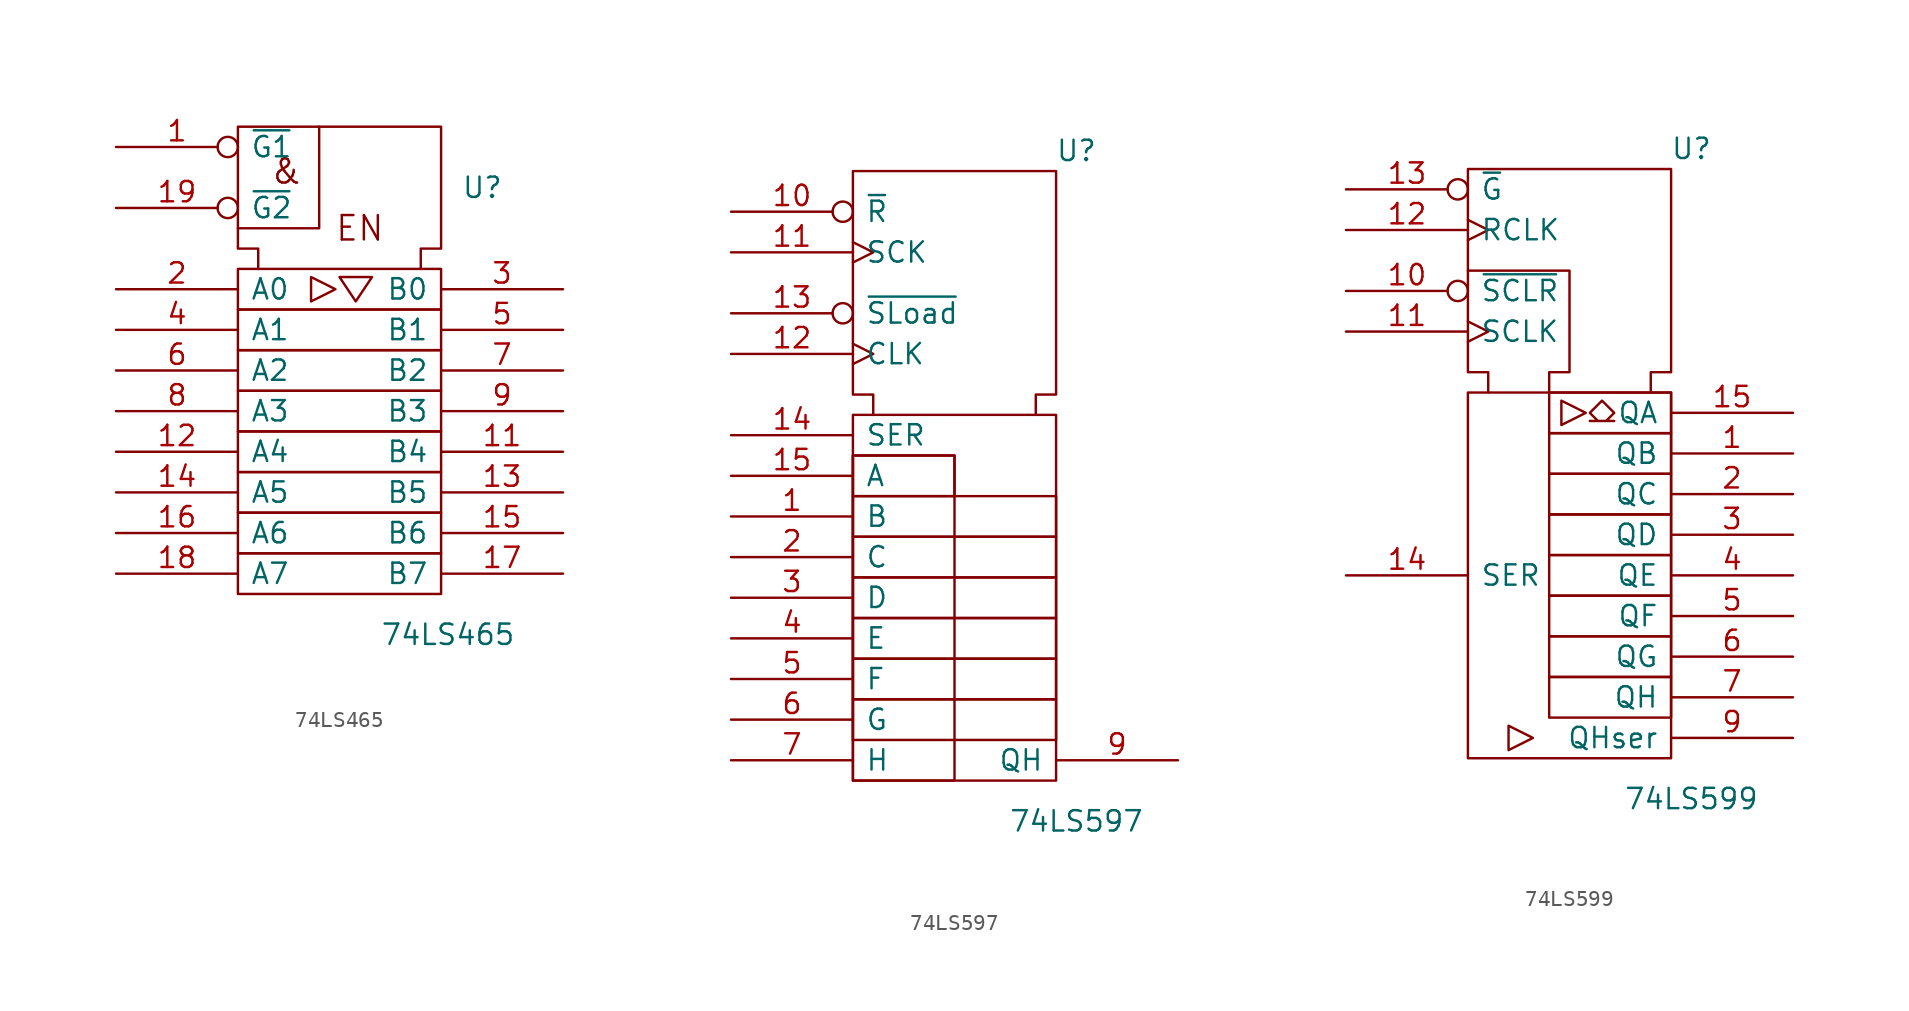
<source format=kicad_sym>
(kicad_symbol_lib
  (version 20201005)
  (generator kicad_symbol_editor)
  (symbol "74LS465"
    (pin_names
      (offset 0.762))
    (property "Reference" "U"
      (at 7.62 12.7 0)
      (effects (font (size 1.27 1.27)) (justify left)))
    (property "Value" "74LS465"
      (at 2.54 -15.24 0)
      (effects (font (size 1.27 1.27)) (justify left)))
    (symbol "74LS465_0_0"
      (text "&" (at -3.302 13.716 0) (effects (font (size 1.524 1.524))))
      (text "EN" (at 1.27 10.16 0) (effects (font (size 1.524 1.524))))
      (polyline (pts (xy -1.27 16.51) (xy -1.27 10.16) (xy -6.35 10.16) (xy -6.35 10.16)) (stroke (width 0)) (fill (type none)))
      (polyline (pts (xy -1.778 7.112) (xy -1.778 5.588) (xy -0.254 6.35) (xy -1.778 7.112) (xy -1.778 7.112)) (stroke (width 0)) (fill (type none)))
      (polyline (pts (xy 0 7.112) (xy 2.032 7.112) (xy 1.016 5.588) (xy 0 7.112) (xy 0 7.112)) (stroke (width 0)) (fill (type none)))
      (pin power_in line (at 1.27 16.51 270) (length 0) hide (name "GND" (effects (font (size 1.27 1.27)))) (number "10" (effects (font (size 1.27 1.27)))))
      (pin power_in line (at 5.08 16.51 270) (length 0) hide (name "VCC" (effects (font (size 1.27 1.27)))) (number "20" (effects (font (size 1.27 1.27))))))
    (symbol "74LS465_0_1"
      (rectangle (start -6.35 -10.16) (end 6.35 -12.7) (stroke (width 0)) (fill (type none)))
      (rectangle (start -6.35 -7.62) (end 6.35 -10.16) (stroke (width 0)) (fill (type none)))
      (rectangle (start -6.35 -5.08) (end 6.35 -7.62) (stroke (width 0)) (fill (type none)))
      (rectangle (start -6.35 -2.54) (end 6.35 -5.08) (stroke (width 0)) (fill (type none)))
      (rectangle (start -6.35 0) (end 6.35 -2.54) (stroke (width 0)) (fill (type none)))
      (rectangle (start -6.35 2.54) (end 6.35 0) (stroke (width 0)) (fill (type none)))
      (rectangle (start -6.35 5.08) (end 6.35 2.54) (stroke (width 0)) (fill (type none)))
      (rectangle (start -6.35 7.62) (end 6.35 5.08) (stroke (width 0)) (fill (type none)))
      (polyline (pts (xy -5.08 7.62) (xy -5.08 8.89) (xy -6.35 8.89) (xy -6.35 16.51) (xy 6.35 16.51) (xy 6.35 8.89) (xy 5.08 8.89) (xy 5.08 7.62) (xy 5.08 7.62)) (stroke (width 0)) (fill (type none))))
    (symbol "74LS465_1_1"
      (pin input inverted (at -13.97 15.24 0) (length 7.62) (name "~G1" (effects (font (size 1.27 1.27)))) (number "1" (effects (font (size 1.27 1.27)))))
      (pin tri_state line (at 13.97 -3.81 180) (length 7.62) (name "B4" (effects (font (size 1.27 1.27)))) (number "11" (effects (font (size 1.27 1.27)))))
      (pin tri_state line (at -13.97 -3.81 0) (length 7.62) (name "A4" (effects (font (size 1.27 1.27)))) (number "12" (effects (font (size 1.27 1.27)))))
      (pin tri_state line (at 13.97 -6.35 180) (length 7.62) (name "B5" (effects (font (size 1.27 1.27)))) (number "13" (effects (font (size 1.27 1.27)))))
      (pin tri_state line (at -13.97 -6.35 0) (length 7.62) (name "A5" (effects (font (size 1.27 1.27)))) (number "14" (effects (font (size 1.27 1.27)))))
      (pin tri_state line (at 13.97 -8.89 180) (length 7.62) (name "B6" (effects (font (size 1.27 1.27)))) (number "15" (effects (font (size 1.27 1.27)))))
      (pin tri_state line (at -13.97 -8.89 0) (length 7.62) (name "A6" (effects (font (size 1.27 1.27)))) (number "16" (effects (font (size 1.27 1.27)))))
      (pin tri_state line (at 13.97 -11.43 180) (length 7.62) (name "B7" (effects (font (size 1.27 1.27)))) (number "17" (effects (font (size 1.27 1.27)))))
      (pin tri_state line (at -13.97 -11.43 0) (length 7.62) (name "A7" (effects (font (size 1.27 1.27)))) (number "18" (effects (font (size 1.27 1.27)))))
      (pin input inverted (at -13.97 11.43 0) (length 7.62) (name "~G2" (effects (font (size 1.27 1.27)))) (number "19" (effects (font (size 1.27 1.27)))))
      (pin tri_state line (at -13.97 6.35 0) (length 7.62) (name "A0" (effects (font (size 1.27 1.27)))) (number "2" (effects (font (size 1.27 1.27)))))
      (pin tri_state line (at 13.97 6.35 180) (length 7.62) (name "B0" (effects (font (size 1.27 1.27)))) (number "3" (effects (font (size 1.27 1.27)))))
      (pin tri_state line (at -13.97 3.81 0) (length 7.62) (name "A1" (effects (font (size 1.27 1.27)))) (number "4" (effects (font (size 1.27 1.27)))))
      (pin tri_state line (at 13.97 3.81 180) (length 7.62) (name "B1" (effects (font (size 1.27 1.27)))) (number "5" (effects (font (size 1.27 1.27)))))
      (pin tri_state line (at -13.97 1.27 0) (length 7.62) (name "A2" (effects (font (size 1.27 1.27)))) (number "6" (effects (font (size 1.27 1.27)))))
      (pin tri_state line (at 13.97 1.27 180) (length 7.62) (name "B2" (effects (font (size 1.27 1.27)))) (number "7" (effects (font (size 1.27 1.27)))))
      (pin tri_state line (at -13.97 -1.27 0) (length 7.62) (name "A3" (effects (font (size 1.27 1.27)))) (number "8" (effects (font (size 1.27 1.27)))))
      (pin tri_state line (at 13.97 -1.27 180) (length 7.62) (name "B3" (effects (font (size 1.27 1.27)))) (number "9" (effects (font (size 1.27 1.27)))))))
  (symbol "74LS597"
    (pin_names
      (offset 0.762))
    (property "Reference" "U"
      (at 7.62 21.59 0)
      (effects (font (size 1.27 1.27))))
    (property "Value" "74LS597"
      (at 7.62 -20.32 0)
      (effects (font (size 1.27 1.27))))
    (symbol "74LS597_0_0"
      (rectangle (start -6.35 -15.24) (end -6.35 -15.24) (stroke (width 0)) (fill (type none)))
      (rectangle (start -6.35 -12.7) (end 6.35 -15.24) (stroke (width 0)) (fill (type none)))
      (rectangle (start -6.35 -10.16) (end 6.35 -12.7) (stroke (width 0)) (fill (type none)))
      (rectangle (start -6.35 -7.62) (end 6.35 -10.16) (stroke (width 0)) (fill (type none)))
      (rectangle (start -6.35 -5.08) (end 6.35 -7.62) (stroke (width 0)) (fill (type none)))
      (rectangle (start -6.35 -2.54) (end 6.35 -5.08) (stroke (width 0)) (fill (type none)))
      (rectangle (start -6.35 0) (end 6.35 -2.54) (stroke (width 0)) (fill (type none)))
      (rectangle (start -6.35 2.54) (end 0 -17.78) (stroke (width 0)) (fill (type none)))
      (rectangle (start -6.35 2.54) (end 0 0) (stroke (width 0)) (fill (type none)))
      (rectangle (start -6.35 5.08) (end 6.35 -17.78) (stroke (width 0)) (fill (type none)))
      (polyline (pts (xy -5.08 5.08) (xy -5.08 6.35) (xy -6.35 6.35) (xy -6.35 20.32) (xy 6.35 20.32) (xy 6.35 6.35) (xy 5.08 6.35) (xy 5.08 5.08) (xy 5.08 5.08)) (stroke (width 0)) (fill (type none))))
    (symbol "74LS597_0_1"
      (pin power_in line (at 0 20.32 270) (length 0) hide (name "GND" (effects (font (size 1.27 1.27)))) (number "8" (effects (font (size 1.27 1.27))))))
    (symbol "74LS597_1_1"
      (pin input line (at -13.97 -1.27 0) (length 7.62) (name "B" (effects (font (size 1.27 1.27)))) (number "1" (effects (font (size 1.27 1.27)))))
      (pin input inverted (at -13.97 17.78 0) (length 7.62) (name "~R" (effects (font (size 1.27 1.27)))) (number "10" (effects (font (size 1.27 1.27)))))
      (pin input clock (at -13.97 15.24 0) (length 7.62) (name "SCK" (effects (font (size 1.27 1.27)))) (number "11" (effects (font (size 1.27 1.27)))))
      (pin input clock (at -13.97 8.89 0) (length 7.62) (name "CLK" (effects (font (size 1.27 1.27)))) (number "12" (effects (font (size 1.27 1.27)))))
      (pin input inverted (at -13.97 11.43 0) (length 7.62) (name "~SLoad" (effects (font (size 1.27 1.27)))) (number "13" (effects (font (size 1.27 1.27)))))
      (pin input line (at -13.97 3.81 0) (length 7.62) (name "SER" (effects (font (size 1.27 1.27)))) (number "14" (effects (font (size 1.27 1.27)))))
      (pin input line (at -13.97 1.27 0) (length 7.62) (name "A" (effects (font (size 1.27 1.27)))) (number "15" (effects (font (size 1.27 1.27)))))
      (pin power_in line (at 3.81 20.32 270) (length 0) hide (name "VCC" (effects (font (size 1.27 1.27)))) (number "16" (effects (font (size 1.27 1.27)))))
      (pin input line (at -13.97 -3.81 0) (length 7.62) (name "C" (effects (font (size 1.27 1.27)))) (number "2" (effects (font (size 1.27 1.27)))))
      (pin input line (at -13.97 -6.35 0) (length 7.62) (name "D" (effects (font (size 1.27 1.27)))) (number "3" (effects (font (size 1.27 1.27)))))
      (pin input line (at -13.97 -8.89 0) (length 7.62) (name "E" (effects (font (size 1.27 1.27)))) (number "4" (effects (font (size 1.27 1.27)))))
      (pin input line (at -13.97 -11.43 0) (length 7.62) (name "F" (effects (font (size 1.27 1.27)))) (number "5" (effects (font (size 1.27 1.27)))))
      (pin input line (at -13.97 -13.97 0) (length 7.62) (name "G" (effects (font (size 1.27 1.27)))) (number "6" (effects (font (size 1.27 1.27)))))
      (pin input line (at -13.97 -16.51 0) (length 7.62) (name "H" (effects (font (size 1.27 1.27)))) (number "7" (effects (font (size 1.27 1.27)))))
      (pin tri_state line (at 13.97 -16.51 180) (length 7.62) (name "QH" (effects (font (size 1.27 1.27)))) (number "9" (effects (font (size 1.27 1.27)))))))
  (symbol "74LS599"
    (pin_names
      (offset 0.762))
    (property "Reference" "U"
      (at 7.62 20.32 0)
      (effects (font (size 1.27 1.27))))
    (property "Value" "74LS599"
      (at 7.62 -20.32 0)
      (effects (font (size 1.27 1.27))))
    (symbol "74LS599_0_0"
      (rectangle (start -6.35 5.08) (end 6.35 -17.78) (stroke (width 0)) (fill (type none)))
      (polyline (pts (xy -2.286 -16.51) (xy -3.81 -15.748) (xy -3.81 -17.272) (xy -2.286 -16.51) (xy -2.286 -16.51)) (stroke (width 0)) (fill (type none)))
      (polyline (pts (xy -0.508 4.572) (xy -0.508 3.048) (xy 1.016 3.81) (xy -0.508 4.572) (xy -0.508 4.572)) (stroke (width 0)) (fill (type none)))
      (polyline (pts (xy -6.35 12.7) (xy 0 12.7) (xy 0 6.35) (xy -1.27 6.35) (xy -1.27 5.08) (xy -1.27 5.08)) (stroke (width 0)) (fill (type none)))
      (polyline (pts (xy 2.794 3.302) (xy 1.27 3.302) (xy 1.778 3.302) (xy 1.27 3.81) (xy 2.032 4.572) (xy 2.794 3.81) (xy 2.286 3.302) (xy 2.286 3.302)) (stroke (width 0)) (fill (type none)))
      (polyline (pts (xy -5.08 5.08) (xy -5.08 6.35) (xy -6.35 6.35) (xy -6.35 19.05) (xy 6.35 19.05) (xy 6.35 6.35) (xy 5.08 6.35) (xy 5.08 5.08) (xy 5.08 5.08)) (stroke (width 0)) (fill (type none))))
    (symbol "74LS599_0_1"
      (rectangle (start -1.27 -12.7) (end 6.35 -15.24) (stroke (width 0)) (fill (type none)))
      (rectangle (start -1.27 -10.16) (end 6.35 -12.7) (stroke (width 0)) (fill (type none)))
      (rectangle (start -1.27 -7.62) (end 6.35 -10.16) (stroke (width 0)) (fill (type none)))
      (rectangle (start -1.27 -5.08) (end 6.35 -7.62) (stroke (width 0)) (fill (type none)))
      (rectangle (start -1.27 -2.54) (end 6.35 -5.08) (stroke (width 0)) (fill (type none)))
      (rectangle (start -1.27 0) (end 6.35 -2.54) (stroke (width 0)) (fill (type none)))
      (rectangle (start -1.27 2.54) (end 6.35 0) (stroke (width 0)) (fill (type none)))
      (rectangle (start -1.27 5.08) (end 6.35 2.54) (stroke (width 0)) (fill (type none)))
      (pin power_in line (at 0 19.05 270) (length 0) hide (name "GND" (effects (font (size 1.27 1.27)))) (number "8" (effects (font (size 1.27 1.27))))))
    (symbol "74LS599_1_1"
      (pin tri_state line (at 13.97 1.27 180) (length 7.62) (name "QB" (effects (font (size 1.27 1.27)))) (number "1" (effects (font (size 1.27 1.27)))))
      (pin input inverted (at -13.97 11.43 0) (length 7.62) (name "~SCLR" (effects (font (size 1.27 1.27)))) (number "10" (effects (font (size 1.27 1.27)))))
      (pin input clock (at -13.97 8.89 0) (length 7.62) (name "SCLK" (effects (font (size 1.27 1.27)))) (number "11" (effects (font (size 1.27 1.27)))))
      (pin input clock (at -13.97 15.24 0) (length 7.62) (name "RCLK" (effects (font (size 1.27 1.27)))) (number "12" (effects (font (size 1.27 1.27)))))
      (pin input inverted (at -13.97 17.78 0) (length 7.62) (name "~G" (effects (font (size 1.27 1.27)))) (number "13" (effects (font (size 1.27 1.27)))))
      (pin input line (at -13.97 -6.35 0) (length 7.62) (name "SER" (effects (font (size 1.27 1.27)))) (number "14" (effects (font (size 1.27 1.27)))))
      (pin tri_state line (at 13.97 3.81 180) (length 7.62) (name "QA" (effects (font (size 1.27 1.27)))) (number "15" (effects (font (size 1.27 1.27)))))
      (pin power_in line (at 3.81 19.05 270) (length 0) hide (name "VCC" (effects (font (size 1.27 1.27)))) (number "16" (effects (font (size 1.27 1.27)))))
      (pin tri_state line (at 13.97 -1.27 180) (length 7.62) (name "QC" (effects (font (size 1.27 1.27)))) (number "2" (effects (font (size 1.27 1.27)))))
      (pin tri_state line (at 13.97 -3.81 180) (length 7.62) (name "QD" (effects (font (size 1.27 1.27)))) (number "3" (effects (font (size 1.27 1.27)))))
      (pin tri_state line (at 13.97 -6.35 180) (length 7.62) (name "QE" (effects (font (size 1.27 1.27)))) (number "4" (effects (font (size 1.27 1.27)))))
      (pin tri_state line (at 13.97 -8.89 180) (length 7.62) (name "QF" (effects (font (size 1.27 1.27)))) (number "5" (effects (font (size 1.27 1.27)))))
      (pin tri_state line (at 13.97 -11.43 180) (length 7.62) (name "QG" (effects (font (size 1.27 1.27)))) (number "6" (effects (font (size 1.27 1.27)))))
      (pin tri_state line (at 13.97 -13.97 180) (length 7.62) (name "QH" (effects (font (size 1.27 1.27)))) (number "7" (effects (font (size 1.27 1.27)))))
      (pin output line (at 13.97 -16.51 180) (length 7.62) (name "QHser" (effects (font (size 1.27 1.27)))) (number "9" (effects (font (size 1.27 1.27))))))))
</source>
